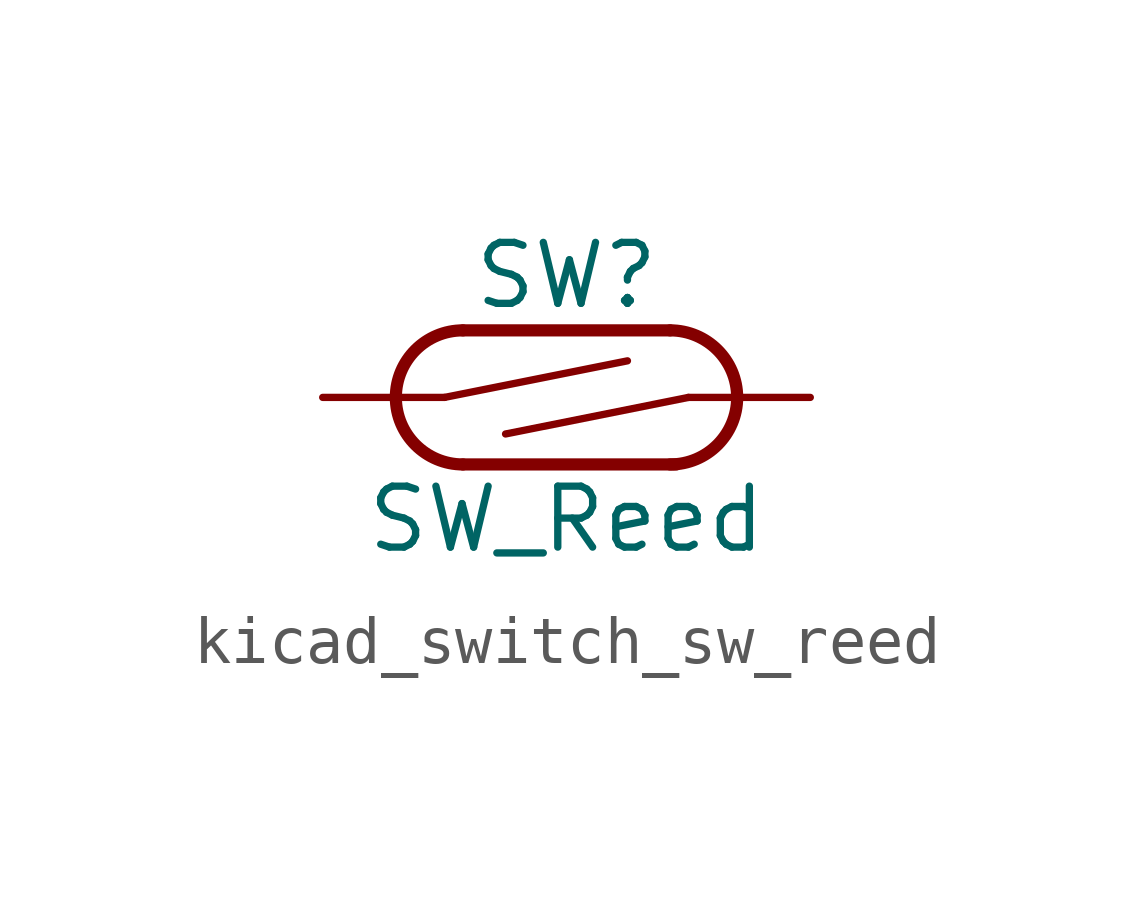
<source format=kicad_sym>
(kicad_symbol_lib
  (version 20220914)
  (generator kicad_symbol_editor)
  (symbol "kicad_switch_sw_reed"
    (pin_numbers hide)
    (pin_names
      (offset 0) hide)
    (property "Reference" "SW"
      (at 0 2.54 0)
      (effects (font (size 1.27 1.27))))
    (property "Value" "SW_Reed"
      (at 0 -2.54 0)
      (effects (font (size 1.27 1.27))))
    (symbol "kicad_switch_sw_reed_0_0"
      (arc (start -2.159 1.397) (mid -3.55 0) (end -2.159 -1.397) (stroke (width 0.254) (type default)) (fill (type none)))
      (polyline (pts (xy -2.54 0) (xy 1.27 0.762)) (stroke (width 0) (type default)) (fill (type none)))
      (polyline (pts (xy -2.159 -1.397) (xy 2.286 -1.397)) (stroke (width 0.254) (type default)) (fill (type none)))
      (polyline (pts (xy 2.159 1.397) (xy -2.159 1.397)) (stroke (width 0.254) (type default)) (fill (type none)))
      (polyline (pts (xy 2.54 0) (xy -1.27 -0.762)) (stroke (width 0) (type default)) (fill (type none)))
      (arc (start 2.159 -1.397) (mid 3.55 0) (end 2.159 1.397) (stroke (width 0.254) (type default)) (fill (type none))))
    (symbol "kicad_switch_sw_reed_1_1"
      (pin passive line (at -5.08 0 0) (length 2.54) (name "1" (effects (font (size 1.27 1.27)))) (number "1" (effects (font (size 1.27 1.27)))))
      (pin passive line (at 5.08 0 180) (length 2.54) (name "2" (effects (font (size 1.27 1.27)))) (number "2" (effects (font (size 1.27 1.27))))))))
</source>
